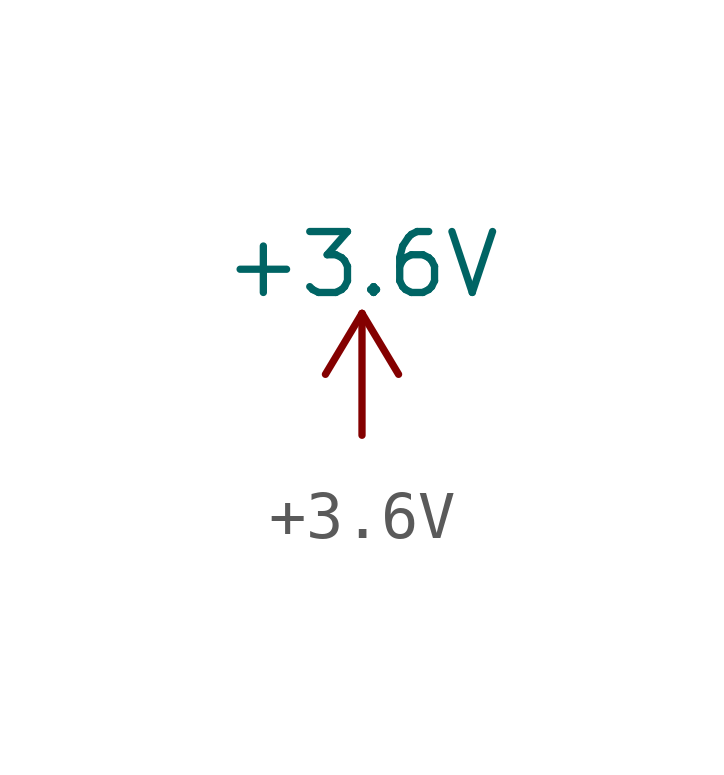
<source format=kicad_sym>
(kicad_symbol_lib
  (version 20220914)
  (generator kicad_symbol_editor)
  (symbol "+3.6V"
    (power)
    (pin_names
      (offset 0))
    (property "Reference" "#PWR"
      (at 0 -3.81 0)
      (effects (font (size 1.27 1.27)) hide))
    (property "Value" "+3.6V"
      (at 0 3.556 0)
      (effects (font (size 1.27 1.27))))
    (symbol "+3.6V_0_1"
      (polyline (pts (xy -0.762 1.27) (xy 0 2.54)) (stroke (width 0) (type default)) (fill (type none)))
      (polyline (pts (xy 0 0) (xy 0 2.54)) (stroke (width 0) (type default)) (fill (type none)))
      (polyline (pts (xy 0 2.54) (xy 0.762 1.27)) (stroke (width 0) (type default)) (fill (type none))))
    (symbol "+3.6V_1_1"
      (pin power_in line (at 0 0 90) (length 0) hide (name "+3.6V" (effects (font (size 1.27 1.27)))) (number "1" (effects (font (size 1.27 1.27))))))))
</source>
